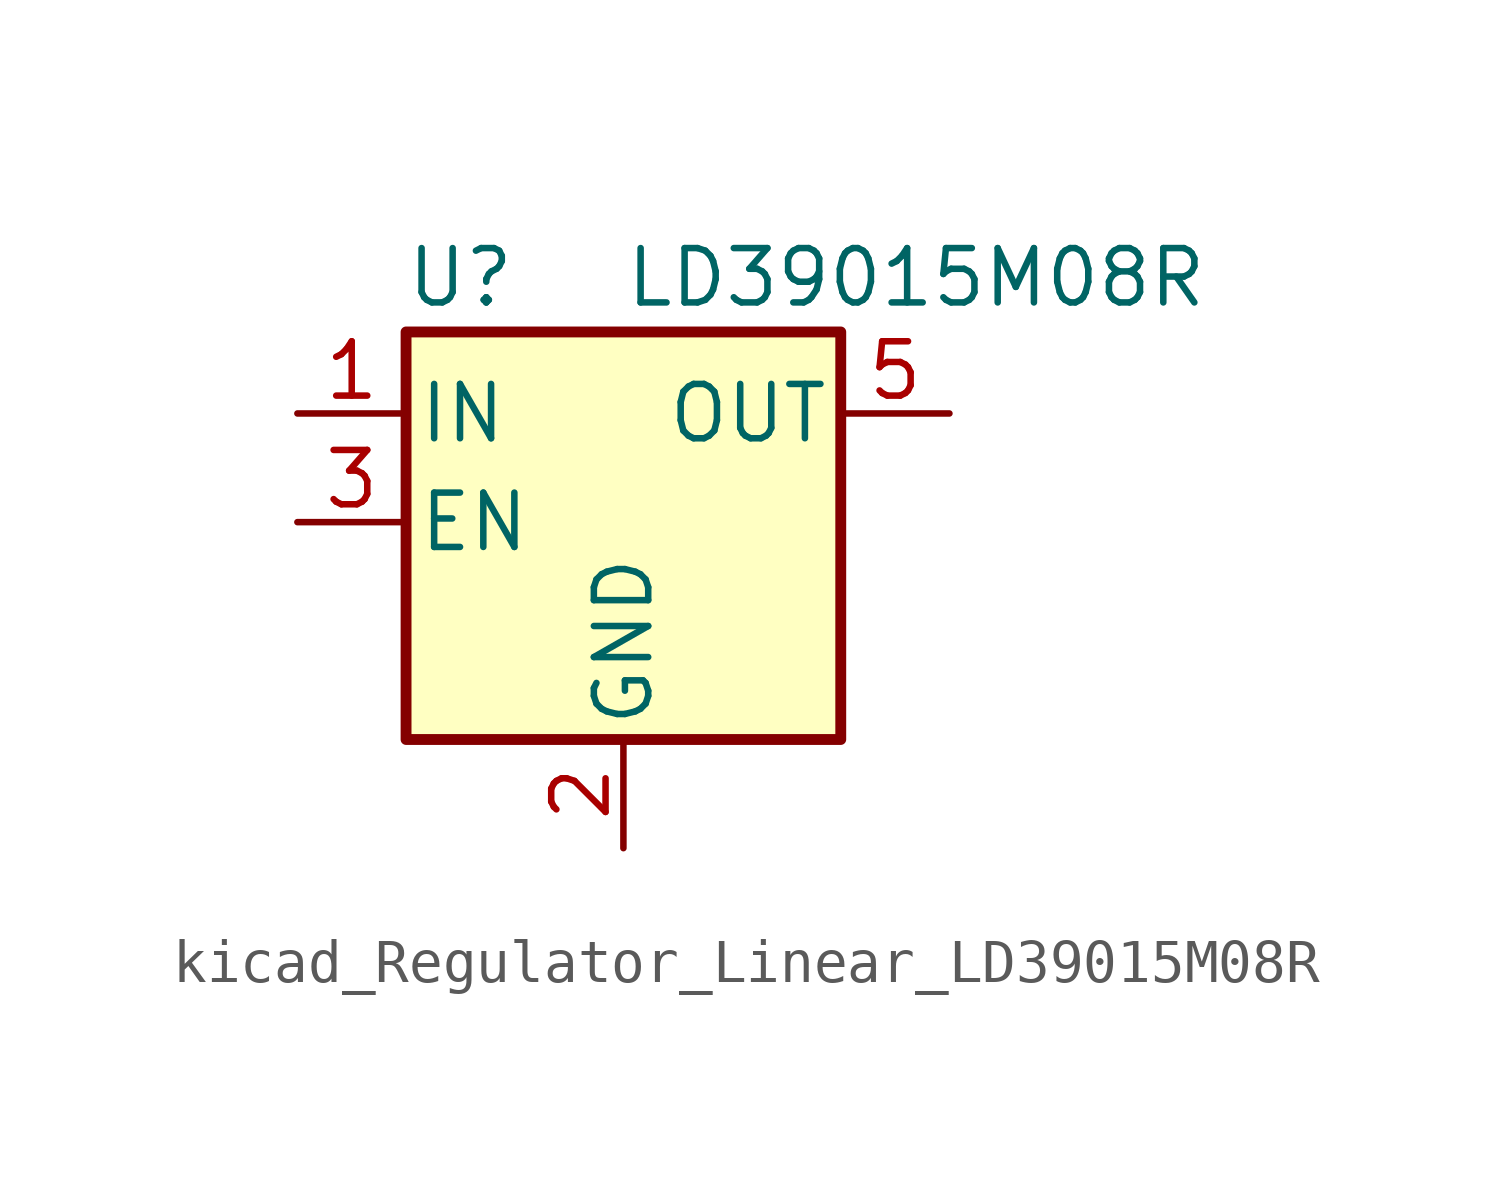
<source format=kicad_sym>
(kicad_symbol_lib
  (version 20220914)
  (generator kicad_symbol_editor)
  (symbol "kicad_Regulator_Linear_LD39015M08R"
    (pin_names
      (offset 0.254))
    (property "Reference" "U"
      (at -3.81 5.715 0)
      (effects (font (size 1.27 1.27))))
    (property "Value" "LD39015M08R"
      (at 0 5.715 0)
      (effects (font (size 1.27 1.27)) (justify left)))
    (symbol "kicad_Regulator_Linear_LD39015M08R_0_1"
      (rectangle (start -5.08 4.445) (end 5.08 -5.08) (stroke (width 0.254) (type default)) (fill (type background))))
    (symbol "kicad_Regulator_Linear_LD39015M08R_1_1"
      (pin power_in line (at -7.62 2.54 0) (length 2.54) (name "IN" (effects (font (size 1.27 1.27)))) (number "1" (effects (font (size 1.27 1.27)))))
      (pin power_in line (at 0 -7.62 90) (length 2.54) (name "GND" (effects (font (size 1.27 1.27)))) (number "2" (effects (font (size 1.27 1.27)))))
      (pin input line (at -7.62 0 0) (length 2.54) (name "EN" (effects (font (size 1.27 1.27)))) (number "3" (effects (font (size 1.27 1.27)))))
      (pin no_connect line (at 5.08 0 180) (length 2.54) hide (name "NC" (effects (font (size 1.27 1.27)))) (number "4" (effects (font (size 1.27 1.27)))))
      (pin power_out line (at 7.62 2.54 180) (length 2.54) (name "OUT" (effects (font (size 1.27 1.27)))) (number "5" (effects (font (size 1.27 1.27))))))))
</source>
